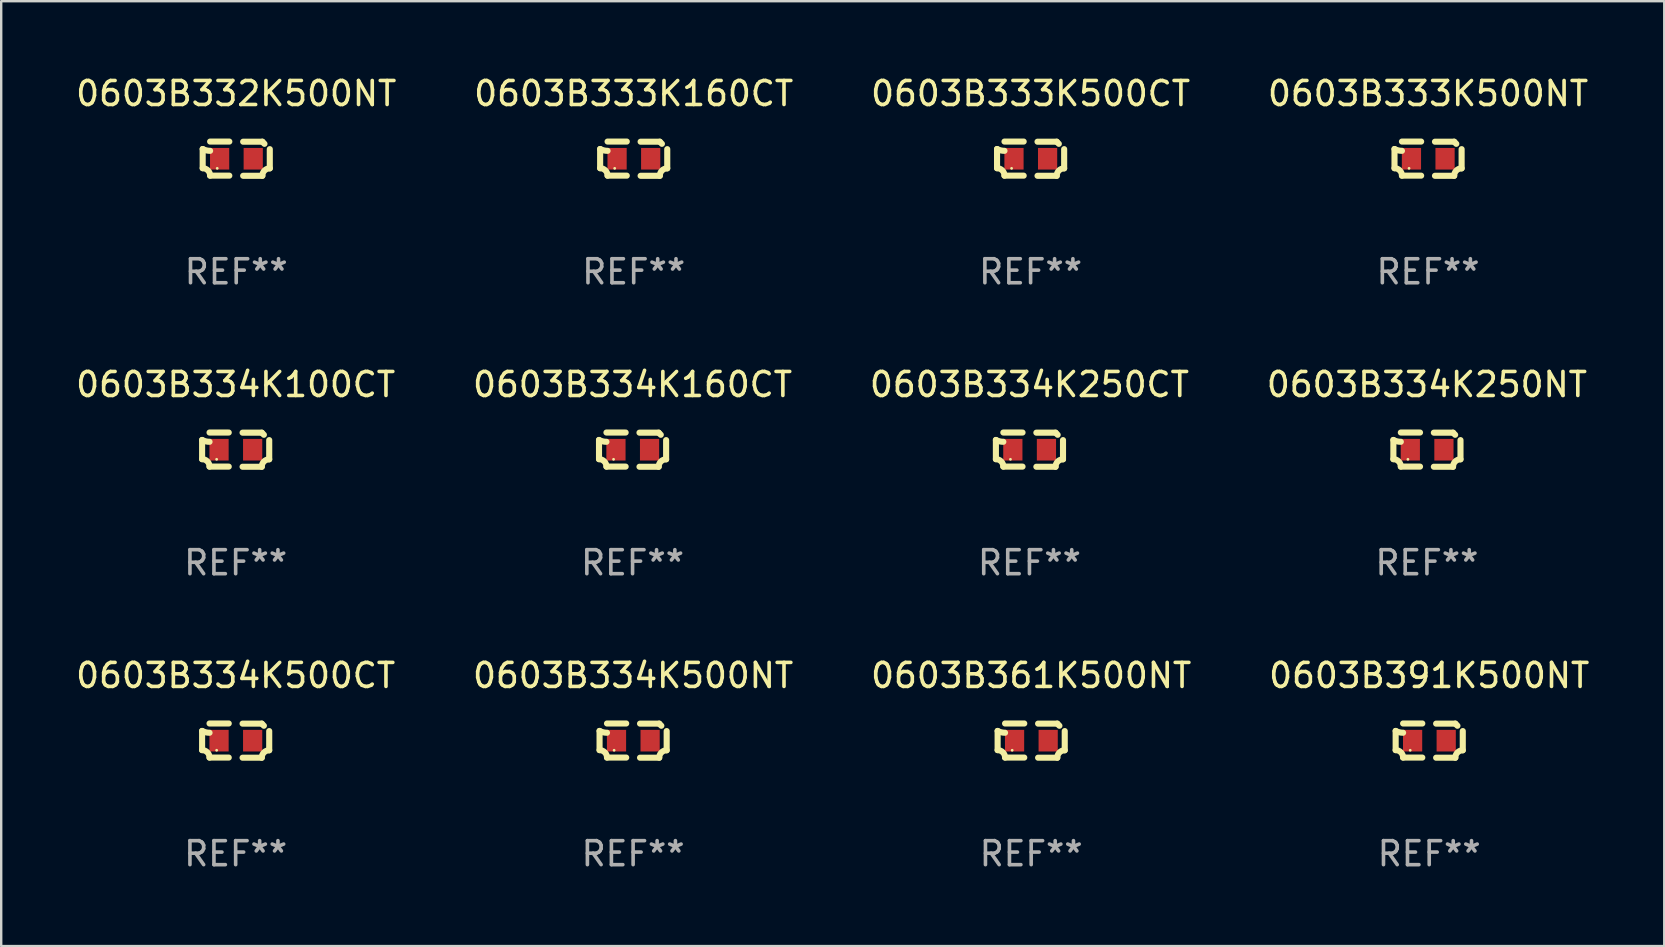
<source format=kicad_pcb>
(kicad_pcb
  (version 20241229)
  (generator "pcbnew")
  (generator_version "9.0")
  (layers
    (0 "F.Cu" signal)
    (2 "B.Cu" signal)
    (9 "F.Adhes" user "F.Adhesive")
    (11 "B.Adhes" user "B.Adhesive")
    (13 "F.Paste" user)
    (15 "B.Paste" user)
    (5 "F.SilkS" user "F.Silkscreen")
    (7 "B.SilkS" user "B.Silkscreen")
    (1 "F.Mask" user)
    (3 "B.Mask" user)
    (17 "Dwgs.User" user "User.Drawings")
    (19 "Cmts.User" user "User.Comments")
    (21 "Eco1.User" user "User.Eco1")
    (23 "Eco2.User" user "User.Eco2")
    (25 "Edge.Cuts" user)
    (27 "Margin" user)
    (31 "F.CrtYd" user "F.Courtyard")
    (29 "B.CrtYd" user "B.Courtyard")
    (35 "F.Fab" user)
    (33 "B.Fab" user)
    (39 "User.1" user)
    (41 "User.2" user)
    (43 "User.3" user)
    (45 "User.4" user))
  (footprint "0603B334K500CT"
    (layer "F.Cu")
    (at 6.768 27.805)
    (property "Reference" "0603B334K500CT" (at 0 -2.713 0) (layer "F.SilkS") (effects (font (size 1 1) (thickness 0.15))))
    (attr through_hole)
    (fp_line (start -1.398 -0.403) (end -1.398 0.397) (stroke (width 0.254) (type solid)) (layer "F.SilkS"))
    (fp_line (start -0.288 -0.713) (end -1.088 -0.713) (stroke (width 0.254) (type solid)) (layer "F.SilkS"))
    (fp_line (start -0.288 0.707) (end -1.088 0.707) (stroke (width 0.254) (type solid)) (layer "F.SilkS"))
    (fp_line (start 0.288 -0.707) (end 1.088 -0.707) (stroke (width 0.254) (type solid)) (layer "F.SilkS"))
    (fp_line (start 0.288 0.713) (end 1.088 0.713) (stroke (width 0.254) (type solid)) (layer "F.SilkS"))
    (fp_line (start 1.398 -0.397) (end 1.398 0.403) (stroke (width 0.254) (type solid)) (layer "F.SilkS"))
    (fp_arc (start -1.397789 0.397066) (mid -1.178701 0.487826) (end -1.08796 0.706922) (stroke (width 0.254001) (type solid)) (layer "F.SilkS"))
    (fp_arc (start -1.08796 -0.327176) (mid -1.247436 -0.346384) (end -1.39779 -0.402908) (stroke (width 0.254001) (type solid)) (layer "F.SilkS"))
    (fp_arc (start 1.087909 0.712738) (mid 1.178656 0.493655) (end 1.397739 0.402908) (stroke (width 0.254001) (type solid)) (layer "F.SilkS"))
    (fp_arc (start 1.175925 -0.618926) (mid 1.131917 -0.662923) (end 1.08791 -0.706922) (stroke (width 0.254001) (type solid)) (layer "F.SilkS"))
    (fp_circle (center -0.792 0.403) (end -0.762 0.403) (stroke (width 0.06) (type solid)) (fill no) (layer "F.SilkS"))
    (fp_text user "REF**" (at 0 4.713 0) (layer "F.Fab") (effects (font (size 1 1) (thickness 0.15))))
    (pad "1" smd rect (at -0.692 0.003) (size 0.8 0.9) (layers "F.Cu" "F.Mask" "F.Paste"))
    (pad "2" smd rect (at 0.708 0.003) (size 0.8 0.9) (layers "F.Cu" "F.Mask" "F.Paste")))
  (footprint "0603B334K500NT"
    (layer "F.Cu")
    (at 23.327 27.805)
    (property "Reference" "0603B334K500NT" (at 0 -2.713 0) (layer "F.SilkS") (effects (font (size 1 1) (thickness 0.15))))
    (attr through_hole)
    (fp_line (start -1.398 -0.403) (end -1.398 0.397) (stroke (width 0.254) (type solid)) (layer "F.SilkS"))
    (fp_line (start -0.288 -0.713) (end -1.088 -0.713) (stroke (width 0.254) (type solid)) (layer "F.SilkS"))
    (fp_line (start -0.288 0.707) (end -1.088 0.707) (stroke (width 0.254) (type solid)) (layer "F.SilkS"))
    (fp_line (start 0.288 -0.707) (end 1.088 -0.707) (stroke (width 0.254) (type solid)) (layer "F.SilkS"))
    (fp_line (start 0.288 0.713) (end 1.088 0.713) (stroke (width 0.254) (type solid)) (layer "F.SilkS"))
    (fp_line (start 1.398 -0.397) (end 1.398 0.403) (stroke (width 0.254) (type solid)) (layer "F.SilkS"))
    (fp_arc (start -1.397789 0.397066) (mid -1.178701 0.487826) (end -1.08796 0.706922) (stroke (width 0.254001) (type solid)) (layer "F.SilkS"))
    (fp_arc (start -1.08796 -0.327176) (mid -1.247436 -0.346384) (end -1.39779 -0.402908) (stroke (width 0.254001) (type solid)) (layer "F.SilkS"))
    (fp_arc (start 1.087909 0.712738) (mid 1.178656 0.493655) (end 1.397739 0.402908) (stroke (width 0.254001) (type solid)) (layer "F.SilkS"))
    (fp_arc (start 1.175925 -0.618926) (mid 1.131917 -0.662923) (end 1.08791 -0.706922) (stroke (width 0.254001) (type solid)) (layer "F.SilkS"))
    (fp_circle (center -0.792 0.403) (end -0.762 0.403) (stroke (width 0.06) (type solid)) (fill no) (layer "F.SilkS"))
    (fp_text user "REF**" (at 0 4.713 0) (layer "F.Fab") (effects (font (size 1 1) (thickness 0.15))))
    (pad "1" smd rect (at -0.692 0.003) (size 0.8 0.9) (layers "F.Cu" "F.Mask" "F.Paste"))
    (pad "2" smd rect (at 0.708 0.003) (size 0.8 0.9) (layers "F.Cu" "F.Mask" "F.Paste")))
  (footprint "0603B334K160CT"
    (layer "F.Cu")
    (at 23.304 15.683)
    (property "Reference" "0603B334K160CT" (at 0 -2.713 0) (layer "F.SilkS") (effects (font (size 1 1) (thickness 0.15))))
    (attr through_hole)
    (fp_line (start -1.398 -0.403) (end -1.398 0.397) (stroke (width 0.254) (type solid)) (layer "F.SilkS"))
    (fp_line (start -0.288 -0.713) (end -1.088 -0.713) (stroke (width 0.254) (type solid)) (layer "F.SilkS"))
    (fp_line (start -0.288 0.707) (end -1.088 0.707) (stroke (width 0.254) (type solid)) (layer "F.SilkS"))
    (fp_line (start 0.288 -0.707) (end 1.088 -0.707) (stroke (width 0.254) (type solid)) (layer "F.SilkS"))
    (fp_line (start 0.288 0.713) (end 1.088 0.713) (stroke (width 0.254) (type solid)) (layer "F.SilkS"))
    (fp_line (start 1.398 -0.397) (end 1.398 0.403) (stroke (width 0.254) (type solid)) (layer "F.SilkS"))
    (fp_arc (start -1.397789 0.397066) (mid -1.178701 0.487826) (end -1.08796 0.706922) (stroke (width 0.254001) (type solid)) (layer "F.SilkS"))
    (fp_arc (start -1.08796 -0.327176) (mid -1.247436 -0.346384) (end -1.39779 -0.402908) (stroke (width 0.254001) (type solid)) (layer "F.SilkS"))
    (fp_arc (start 1.087909 0.712738) (mid 1.178656 0.493655) (end 1.397739 0.402908) (stroke (width 0.254001) (type solid)) (layer "F.SilkS"))
    (fp_arc (start 1.175925 -0.618926) (mid 1.131917 -0.662923) (end 1.08791 -0.706922) (stroke (width 0.254001) (type solid)) (layer "F.SilkS"))
    (fp_circle (center -0.792 0.403) (end -0.762 0.403) (stroke (width 0.06) (type solid)) (fill no) (layer "F.SilkS"))
    (fp_text user "REF**" (at 0 4.713 0) (layer "F.Fab") (effects (font (size 1 1) (thickness 0.15))))
    (pad "1" smd rect (at -0.692 0.003) (size 0.8 0.9) (layers "F.Cu" "F.Mask" "F.Paste"))
    (pad "2" smd rect (at 0.708 0.003) (size 0.8 0.9) (layers "F.Cu" "F.Mask" "F.Paste")))
  (footprint "0603B334K250NT"
    (layer "F.Cu")
    (at 56.399 15.683)
    (property "Reference" "0603B334K250NT" (at 0 -2.713 0) (layer "F.SilkS") (effects (font (size 1 1) (thickness 0.15))))
    (attr through_hole)
    (fp_line (start -1.398 -0.403) (end -1.398 0.397) (stroke (width 0.254) (type solid)) (layer "F.SilkS"))
    (fp_line (start -0.288 -0.713) (end -1.088 -0.713) (stroke (width 0.254) (type solid)) (layer "F.SilkS"))
    (fp_line (start -0.288 0.707) (end -1.088 0.707) (stroke (width 0.254) (type solid)) (layer "F.SilkS"))
    (fp_line (start 0.288 -0.707) (end 1.088 -0.707) (stroke (width 0.254) (type solid)) (layer "F.SilkS"))
    (fp_line (start 0.288 0.713) (end 1.088 0.713) (stroke (width 0.254) (type solid)) (layer "F.SilkS"))
    (fp_line (start 1.398 -0.397) (end 1.398 0.403) (stroke (width 0.254) (type solid)) (layer "F.SilkS"))
    (fp_arc (start -1.397789 0.397066) (mid -1.178701 0.487826) (end -1.08796 0.706922) (stroke (width 0.254001) (type solid)) (layer "F.SilkS"))
    (fp_arc (start -1.08796 -0.327176) (mid -1.247436 -0.346384) (end -1.39779 -0.402908) (stroke (width 0.254001) (type solid)) (layer "F.SilkS"))
    (fp_arc (start 1.087909 0.712738) (mid 1.178656 0.493655) (end 1.397739 0.402908) (stroke (width 0.254001) (type solid)) (layer "F.SilkS"))
    (fp_arc (start 1.175925 -0.618926) (mid 1.131917 -0.662923) (end 1.08791 -0.706922) (stroke (width 0.254001) (type solid)) (layer "F.SilkS"))
    (fp_circle (center -0.792 0.403) (end -0.762 0.403) (stroke (width 0.06) (type solid)) (fill no) (layer "F.SilkS"))
    (fp_text user "REF**" (at 0 4.713 0) (layer "F.Fab") (effects (font (size 1 1) (thickness 0.15))))
    (pad "1" smd rect (at -0.692 0.003) (size 0.8 0.9) (layers "F.Cu" "F.Mask" "F.Paste"))
    (pad "2" smd rect (at 0.708 0.003) (size 0.8 0.9) (layers "F.Cu" "F.Mask" "F.Paste")))
  (footprint "0603B334K250CT"
    (layer "F.Cu")
    (at 39.839 15.683)
    (property "Reference" "0603B334K250CT" (at 0 -2.713 0) (layer "F.SilkS") (effects (font (size 1 1) (thickness 0.15))))
    (attr through_hole)
    (fp_line (start -1.398 -0.403) (end -1.398 0.397) (stroke (width 0.254) (type solid)) (layer "F.SilkS"))
    (fp_line (start -0.288 -0.713) (end -1.088 -0.713) (stroke (width 0.254) (type solid)) (layer "F.SilkS"))
    (fp_line (start -0.288 0.707) (end -1.088 0.707) (stroke (width 0.254) (type solid)) (layer "F.SilkS"))
    (fp_line (start 0.288 -0.707) (end 1.088 -0.707) (stroke (width 0.254) (type solid)) (layer "F.SilkS"))
    (fp_line (start 0.288 0.713) (end 1.088 0.713) (stroke (width 0.254) (type solid)) (layer "F.SilkS"))
    (fp_line (start 1.398 -0.397) (end 1.398 0.403) (stroke (width 0.254) (type solid)) (layer "F.SilkS"))
    (fp_arc (start -1.397789 0.397066) (mid -1.178701 0.487826) (end -1.08796 0.706922) (stroke (width 0.254001) (type solid)) (layer "F.SilkS"))
    (fp_arc (start -1.08796 -0.327176) (mid -1.247436 -0.346384) (end -1.39779 -0.402908) (stroke (width 0.254001) (type solid)) (layer "F.SilkS"))
    (fp_arc (start 1.087909 0.712738) (mid 1.178656 0.493655) (end 1.397739 0.402908) (stroke (width 0.254001) (type solid)) (layer "F.SilkS"))
    (fp_arc (start 1.175925 -0.618926) (mid 1.131917 -0.662923) (end 1.08791 -0.706922) (stroke (width 0.254001) (type solid)) (layer "F.SilkS"))
    (fp_circle (center -0.792 0.403) (end -0.762 0.403) (stroke (width 0.06) (type solid)) (fill no) (layer "F.SilkS"))
    (fp_text user "REF**" (at 0 4.713 0) (layer "F.Fab") (effects (font (size 1 1) (thickness 0.15))))
    (pad "1" smd rect (at -0.692 0.003) (size 0.8 0.9) (layers "F.Cu" "F.Mask" "F.Paste"))
    (pad "2" smd rect (at 0.708 0.003) (size 0.8 0.9) (layers "F.Cu" "F.Mask" "F.Paste")))
  (footprint "0603B334K100CT"
    (layer "F.Cu")
    (at 6.768 15.683)
    (property "Reference" "0603B334K100CT" (at 0 -2.713 0) (layer "F.SilkS") (effects (font (size 1 1) (thickness 0.15))))
    (attr through_hole)
    (fp_line (start -1.398 -0.403) (end -1.398 0.397) (stroke (width 0.254) (type solid)) (layer "F.SilkS"))
    (fp_line (start -0.288 -0.713) (end -1.088 -0.713) (stroke (width 0.254) (type solid)) (layer "F.SilkS"))
    (fp_line (start -0.288 0.707) (end -1.088 0.707) (stroke (width 0.254) (type solid)) (layer "F.SilkS"))
    (fp_line (start 0.288 -0.707) (end 1.088 -0.707) (stroke (width 0.254) (type solid)) (layer "F.SilkS"))
    (fp_line (start 0.288 0.713) (end 1.088 0.713) (stroke (width 0.254) (type solid)) (layer "F.SilkS"))
    (fp_line (start 1.398 -0.397) (end 1.398 0.403) (stroke (width 0.254) (type solid)) (layer "F.SilkS"))
    (fp_arc (start -1.397789 0.397066) (mid -1.178701 0.487826) (end -1.08796 0.706922) (stroke (width 0.254001) (type solid)) (layer "F.SilkS"))
    (fp_arc (start -1.08796 -0.327176) (mid -1.247436 -0.346384) (end -1.39779 -0.402908) (stroke (width 0.254001) (type solid)) (layer "F.SilkS"))
    (fp_arc (start 1.087909 0.712738) (mid 1.178656 0.493655) (end 1.397739 0.402908) (stroke (width 0.254001) (type solid)) (layer "F.SilkS"))
    (fp_arc (start 1.175925 -0.618926) (mid 1.131917 -0.662923) (end 1.08791 -0.706922) (stroke (width 0.254001) (type solid)) (layer "F.SilkS"))
    (fp_circle (center -0.792 0.403) (end -0.762 0.403) (stroke (width 0.06) (type solid)) (fill no) (layer "F.SilkS"))
    (fp_text user "REF**" (at 0 4.713 0) (layer "F.Fab") (effects (font (size 1 1) (thickness 0.15))))
    (pad "1" smd rect (at -0.692 0.003) (size 0.8 0.9) (layers "F.Cu" "F.Mask" "F.Paste"))
    (pad "2" smd rect (at 0.708 0.003) (size 0.8 0.9) (layers "F.Cu" "F.Mask" "F.Paste")))
  (footprint "0603B333K500CT"
    (layer "F.Cu")
    (at 39.887 3.561)
    (property "Reference" "0603B333K500CT" (at 0 -2.713 0) (layer "F.SilkS") (effects (font (size 1 1) (thickness 0.15))))
    (attr through_hole)
    (fp_line (start -1.398 -0.403) (end -1.398 0.397) (stroke (width 0.254) (type solid)) (layer "F.SilkS"))
    (fp_line (start -0.288 -0.713) (end -1.088 -0.713) (stroke (width 0.254) (type solid)) (layer "F.SilkS"))
    (fp_line (start -0.288 0.707) (end -1.088 0.707) (stroke (width 0.254) (type solid)) (layer "F.SilkS"))
    (fp_line (start 0.288 -0.707) (end 1.088 -0.707) (stroke (width 0.254) (type solid)) (layer "F.SilkS"))
    (fp_line (start 0.288 0.713) (end 1.088 0.713) (stroke (width 0.254) (type solid)) (layer "F.SilkS"))
    (fp_line (start 1.398 -0.397) (end 1.398 0.403) (stroke (width 0.254) (type solid)) (layer "F.SilkS"))
    (fp_arc (start -1.397789 0.397066) (mid -1.178701 0.487826) (end -1.08796 0.706922) (stroke (width 0.254001) (type solid)) (layer "F.SilkS"))
    (fp_arc (start -1.08796 -0.327176) (mid -1.247436 -0.346384) (end -1.39779 -0.402908) (stroke (width 0.254001) (type solid)) (layer "F.SilkS"))
    (fp_arc (start 1.087909 0.712738) (mid 1.178656 0.493655) (end 1.397739 0.402908) (stroke (width 0.254001) (type solid)) (layer "F.SilkS"))
    (fp_arc (start 1.175925 -0.618926) (mid 1.131917 -0.662923) (end 1.08791 -0.706922) (stroke (width 0.254001) (type solid)) (layer "F.SilkS"))
    (fp_circle (center -0.792 0.403) (end -0.762 0.403) (stroke (width 0.06) (type solid)) (fill no) (layer "F.SilkS"))
    (fp_text user "REF**" (at 0 4.713 0) (layer "F.Fab") (effects (font (size 1 1) (thickness 0.15))))
    (pad "1" smd rect (at -0.692 0.003) (size 0.8 0.9) (layers "F.Cu" "F.Mask" "F.Paste"))
    (pad "2" smd rect (at 0.708 0.003) (size 0.8 0.9) (layers "F.Cu" "F.Mask" "F.Paste")))
  (footprint "0603B361K500NT"
    (layer "F.Cu")
    (at 39.911 27.805)
    (property "Reference" "0603B361K500NT" (at 0 -2.713 0) (layer "F.SilkS") (effects (font (size 1 1) (thickness 0.15))))
    (attr through_hole)
    (fp_line (start -1.398 -0.403) (end -1.398 0.397) (stroke (width 0.254) (type solid)) (layer "F.SilkS"))
    (fp_line (start -0.288 -0.713) (end -1.088 -0.713) (stroke (width 0.254) (type solid)) (layer "F.SilkS"))
    (fp_line (start -0.288 0.707) (end -1.088 0.707) (stroke (width 0.254) (type solid)) (layer "F.SilkS"))
    (fp_line (start 0.288 -0.707) (end 1.088 -0.707) (stroke (width 0.254) (type solid)) (layer "F.SilkS"))
    (fp_line (start 0.288 0.713) (end 1.088 0.713) (stroke (width 0.254) (type solid)) (layer "F.SilkS"))
    (fp_line (start 1.398 -0.397) (end 1.398 0.403) (stroke (width 0.254) (type solid)) (layer "F.SilkS"))
    (fp_arc (start -1.397789 0.397066) (mid -1.178701 0.487826) (end -1.08796 0.706922) (stroke (width 0.254001) (type solid)) (layer "F.SilkS"))
    (fp_arc (start -1.08796 -0.327176) (mid -1.247436 -0.346384) (end -1.39779 -0.402908) (stroke (width 0.254001) (type solid)) (layer "F.SilkS"))
    (fp_arc (start 1.087909 0.712738) (mid 1.178656 0.493655) (end 1.397739 0.402908) (stroke (width 0.254001) (type solid)) (layer "F.SilkS"))
    (fp_arc (start 1.175925 -0.618926) (mid 1.131917 -0.662923) (end 1.08791 -0.706922) (stroke (width 0.254001) (type solid)) (layer "F.SilkS"))
    (fp_circle (center -0.792 0.403) (end -0.762 0.403) (stroke (width 0.06) (type solid)) (fill no) (layer "F.SilkS"))
    (fp_text user "REF**" (at 0 4.713 0) (layer "F.Fab") (effects (font (size 1 1) (thickness 0.15))))
    (pad "1" smd rect (at -0.692 0.003) (size 0.8 0.9) (layers "F.Cu" "F.Mask" "F.Paste"))
    (pad "2" smd rect (at 0.708 0.003) (size 0.8 0.9) (layers "F.Cu" "F.Mask" "F.Paste")))
  (footprint "0603B333K160CT"
    (layer "F.Cu")
    (at 23.351 3.561)
    (property "Reference" "0603B333K160CT" (at 0 -2.713 0) (layer "F.SilkS") (effects (font (size 1 1) (thickness 0.15))))
    (attr through_hole)
    (fp_line (start -1.398 -0.403) (end -1.398 0.397) (stroke (width 0.254) (type solid)) (layer "F.SilkS"))
    (fp_line (start -0.288 -0.713) (end -1.088 -0.713) (stroke (width 0.254) (type solid)) (layer "F.SilkS"))
    (fp_line (start -0.288 0.707) (end -1.088 0.707) (stroke (width 0.254) (type solid)) (layer "F.SilkS"))
    (fp_line (start 0.288 -0.707) (end 1.088 -0.707) (stroke (width 0.254) (type solid)) (layer "F.SilkS"))
    (fp_line (start 0.288 0.713) (end 1.088 0.713) (stroke (width 0.254) (type solid)) (layer "F.SilkS"))
    (fp_line (start 1.398 -0.397) (end 1.398 0.403) (stroke (width 0.254) (type solid)) (layer "F.SilkS"))
    (fp_arc (start -1.397789 0.397066) (mid -1.178701 0.487826) (end -1.08796 0.706922) (stroke (width 0.254001) (type solid)) (layer "F.SilkS"))
    (fp_arc (start -1.08796 -0.327176) (mid -1.247436 -0.346384) (end -1.39779 -0.402908) (stroke (width 0.254001) (type solid)) (layer "F.SilkS"))
    (fp_arc (start 1.087909 0.712738) (mid 1.178656 0.493655) (end 1.397739 0.402908) (stroke (width 0.254001) (type solid)) (layer "F.SilkS"))
    (fp_arc (start 1.175925 -0.618926) (mid 1.131917 -0.662923) (end 1.08791 -0.706922) (stroke (width 0.254001) (type solid)) (layer "F.SilkS"))
    (fp_circle (center -0.792 0.403) (end -0.762 0.403) (stroke (width 0.06) (type solid)) (fill no) (layer "F.SilkS"))
    (fp_text user "REF**" (at 0 4.713 0) (layer "F.Fab") (effects (font (size 1 1) (thickness 0.15))))
    (pad "1" smd rect (at -0.692 0.003) (size 0.8 0.9) (layers "F.Cu" "F.Mask" "F.Paste"))
    (pad "2" smd rect (at 0.708 0.003) (size 0.8 0.9) (layers "F.Cu" "F.Mask" "F.Paste")))
  (footprint "0603B333K500NT"
    (layer "F.Cu")
    (at 56.446 3.561)
    (property "Reference" "0603B333K500NT" (at 0 -2.713 0) (layer "F.SilkS") (effects (font (size 1 1) (thickness 0.15))))
    (attr through_hole)
    (fp_line (start -1.398 -0.403) (end -1.398 0.397) (stroke (width 0.254) (type solid)) (layer "F.SilkS"))
    (fp_line (start -0.288 -0.713) (end -1.088 -0.713) (stroke (width 0.254) (type solid)) (layer "F.SilkS"))
    (fp_line (start -0.288 0.707) (end -1.088 0.707) (stroke (width 0.254) (type solid)) (layer "F.SilkS"))
    (fp_line (start 0.288 -0.707) (end 1.088 -0.707) (stroke (width 0.254) (type solid)) (layer "F.SilkS"))
    (fp_line (start 0.288 0.713) (end 1.088 0.713) (stroke (width 0.254) (type solid)) (layer "F.SilkS"))
    (fp_line (start 1.398 -0.397) (end 1.398 0.403) (stroke (width 0.254) (type solid)) (layer "F.SilkS"))
    (fp_arc (start -1.397789 0.397066) (mid -1.178701 0.487826) (end -1.08796 0.706922) (stroke (width 0.254001) (type solid)) (layer "F.SilkS"))
    (fp_arc (start -1.08796 -0.327176) (mid -1.247436 -0.346384) (end -1.39779 -0.402908) (stroke (width 0.254001) (type solid)) (layer "F.SilkS"))
    (fp_arc (start 1.087909 0.712738) (mid 1.178656 0.493655) (end 1.397739 0.402908) (stroke (width 0.254001) (type solid)) (layer "F.SilkS"))
    (fp_arc (start 1.175925 -0.618926) (mid 1.131917 -0.662923) (end 1.08791 -0.706922) (stroke (width 0.254001) (type solid)) (layer "F.SilkS"))
    (fp_circle (center -0.792 0.403) (end -0.762 0.403) (stroke (width 0.06) (type solid)) (fill no) (layer "F.SilkS"))
    (fp_text user "REF**" (at 0 4.713 0) (layer "F.Fab") (effects (font (size 1 1) (thickness 0.15))))
    (pad "1" smd rect (at -0.692 0.003) (size 0.8 0.9) (layers "F.Cu" "F.Mask" "F.Paste"))
    (pad "2" smd rect (at 0.708 0.003) (size 0.8 0.9) (layers "F.Cu" "F.Mask" "F.Paste")))
  (footprint "0603B332K500NT"
    (layer "F.Cu")
    (at 6.792 3.561)
    (property "Reference" "0603B332K500NT" (at 0 -2.713 0) (layer "F.SilkS") (effects (font (size 1 1) (thickness 0.15))))
    (attr through_hole)
    (fp_line (start -1.398 -0.403) (end -1.398 0.397) (stroke (width 0.254) (type solid)) (layer "F.SilkS"))
    (fp_line (start -0.288 -0.713) (end -1.088 -0.713) (stroke (width 0.254) (type solid)) (layer "F.SilkS"))
    (fp_line (start -0.288 0.707) (end -1.088 0.707) (stroke (width 0.254) (type solid)) (layer "F.SilkS"))
    (fp_line (start 0.288 -0.707) (end 1.088 -0.707) (stroke (width 0.254) (type solid)) (layer "F.SilkS"))
    (fp_line (start 0.288 0.713) (end 1.088 0.713) (stroke (width 0.254) (type solid)) (layer "F.SilkS"))
    (fp_line (start 1.398 -0.397) (end 1.398 0.403) (stroke (width 0.254) (type solid)) (layer "F.SilkS"))
    (fp_arc (start -1.397789 0.397066) (mid -1.178701 0.487826) (end -1.08796 0.706922) (stroke (width 0.254001) (type solid)) (layer "F.SilkS"))
    (fp_arc (start -1.08796 -0.327176) (mid -1.247436 -0.346384) (end -1.39779 -0.402908) (stroke (width 0.254001) (type solid)) (layer "F.SilkS"))
    (fp_arc (start 1.087909 0.712738) (mid 1.178656 0.493655) (end 1.397739 0.402908) (stroke (width 0.254001) (type solid)) (layer "F.SilkS"))
    (fp_arc (start 1.175925 -0.618926) (mid 1.131917 -0.662923) (end 1.08791 -0.706922) (stroke (width 0.254001) (type solid)) (layer "F.SilkS"))
    (fp_circle (center -0.792 0.403) (end -0.762 0.403) (stroke (width 0.06) (type solid)) (fill no) (layer "F.SilkS"))
    (fp_text user "REF**" (at 0 4.713 0) (layer "F.Fab") (effects (font (size 1 1) (thickness 0.15))))
    (pad "1" smd rect (at -0.692 0.003) (size 0.8 0.9) (layers "F.Cu" "F.Mask" "F.Paste"))
    (pad "2" smd rect (at 0.708 0.003) (size 0.8 0.9) (layers "F.Cu" "F.Mask" "F.Paste")))
  (footprint "0603B391K500NT"
    (layer "F.Cu")
    (at 56.494 27.805)
    (property "Reference" "0603B391K500NT" (at 0 -2.713 0) (layer "F.SilkS") (effects (font (size 1 1) (thickness 0.15))))
    (attr through_hole)
    (fp_line (start -1.398 -0.403) (end -1.398 0.397) (stroke (width 0.254) (type solid)) (layer "F.SilkS"))
    (fp_line (start -0.288 -0.713) (end -1.088 -0.713) (stroke (width 0.254) (type solid)) (layer "F.SilkS"))
    (fp_line (start -0.288 0.707) (end -1.088 0.707) (stroke (width 0.254) (type solid)) (layer "F.SilkS"))
    (fp_line (start 0.288 -0.707) (end 1.088 -0.707) (stroke (width 0.254) (type solid)) (layer "F.SilkS"))
    (fp_line (start 0.288 0.713) (end 1.088 0.713) (stroke (width 0.254) (type solid)) (layer "F.SilkS"))
    (fp_line (start 1.398 -0.397) (end 1.398 0.403) (stroke (width 0.254) (type solid)) (layer "F.SilkS"))
    (fp_arc (start -1.397789 0.397066) (mid -1.178701 0.487826) (end -1.08796 0.706922) (stroke (width 0.254001) (type solid)) (layer "F.SilkS"))
    (fp_arc (start -1.08796 -0.327176) (mid -1.247436 -0.346384) (end -1.39779 -0.402908) (stroke (width 0.254001) (type solid)) (layer "F.SilkS"))
    (fp_arc (start 1.087909 0.712738) (mid 1.178656 0.493655) (end 1.397739 0.402908) (stroke (width 0.254001) (type solid)) (layer "F.SilkS"))
    (fp_arc (start 1.175925 -0.618926) (mid 1.131917 -0.662923) (end 1.08791 -0.706922) (stroke (width 0.254001) (type solid)) (layer "F.SilkS"))
    (fp_circle (center -0.792 0.403) (end -0.762 0.403) (stroke (width 0.06) (type solid)) (fill no) (layer "F.SilkS"))
    (fp_text user "REF**" (at 0 4.713 0) (layer "F.Fab") (effects (font (size 1 1) (thickness 0.15))))
    (pad "1" smd rect (at -0.692 0.003) (size 0.8 0.9) (layers "F.Cu" "F.Mask" "F.Paste"))
    (pad "2" smd rect (at 0.708 0.003) (size 0.8 0.9) (layers "F.Cu" "F.Mask" "F.Paste")))
  (gr_rect
    (start -3 -3)
    (end 66.286 36.366)
    (stroke (width 0.1) (type default))
    (fill no)
    (layer "Edge.Cuts")))
</source>
